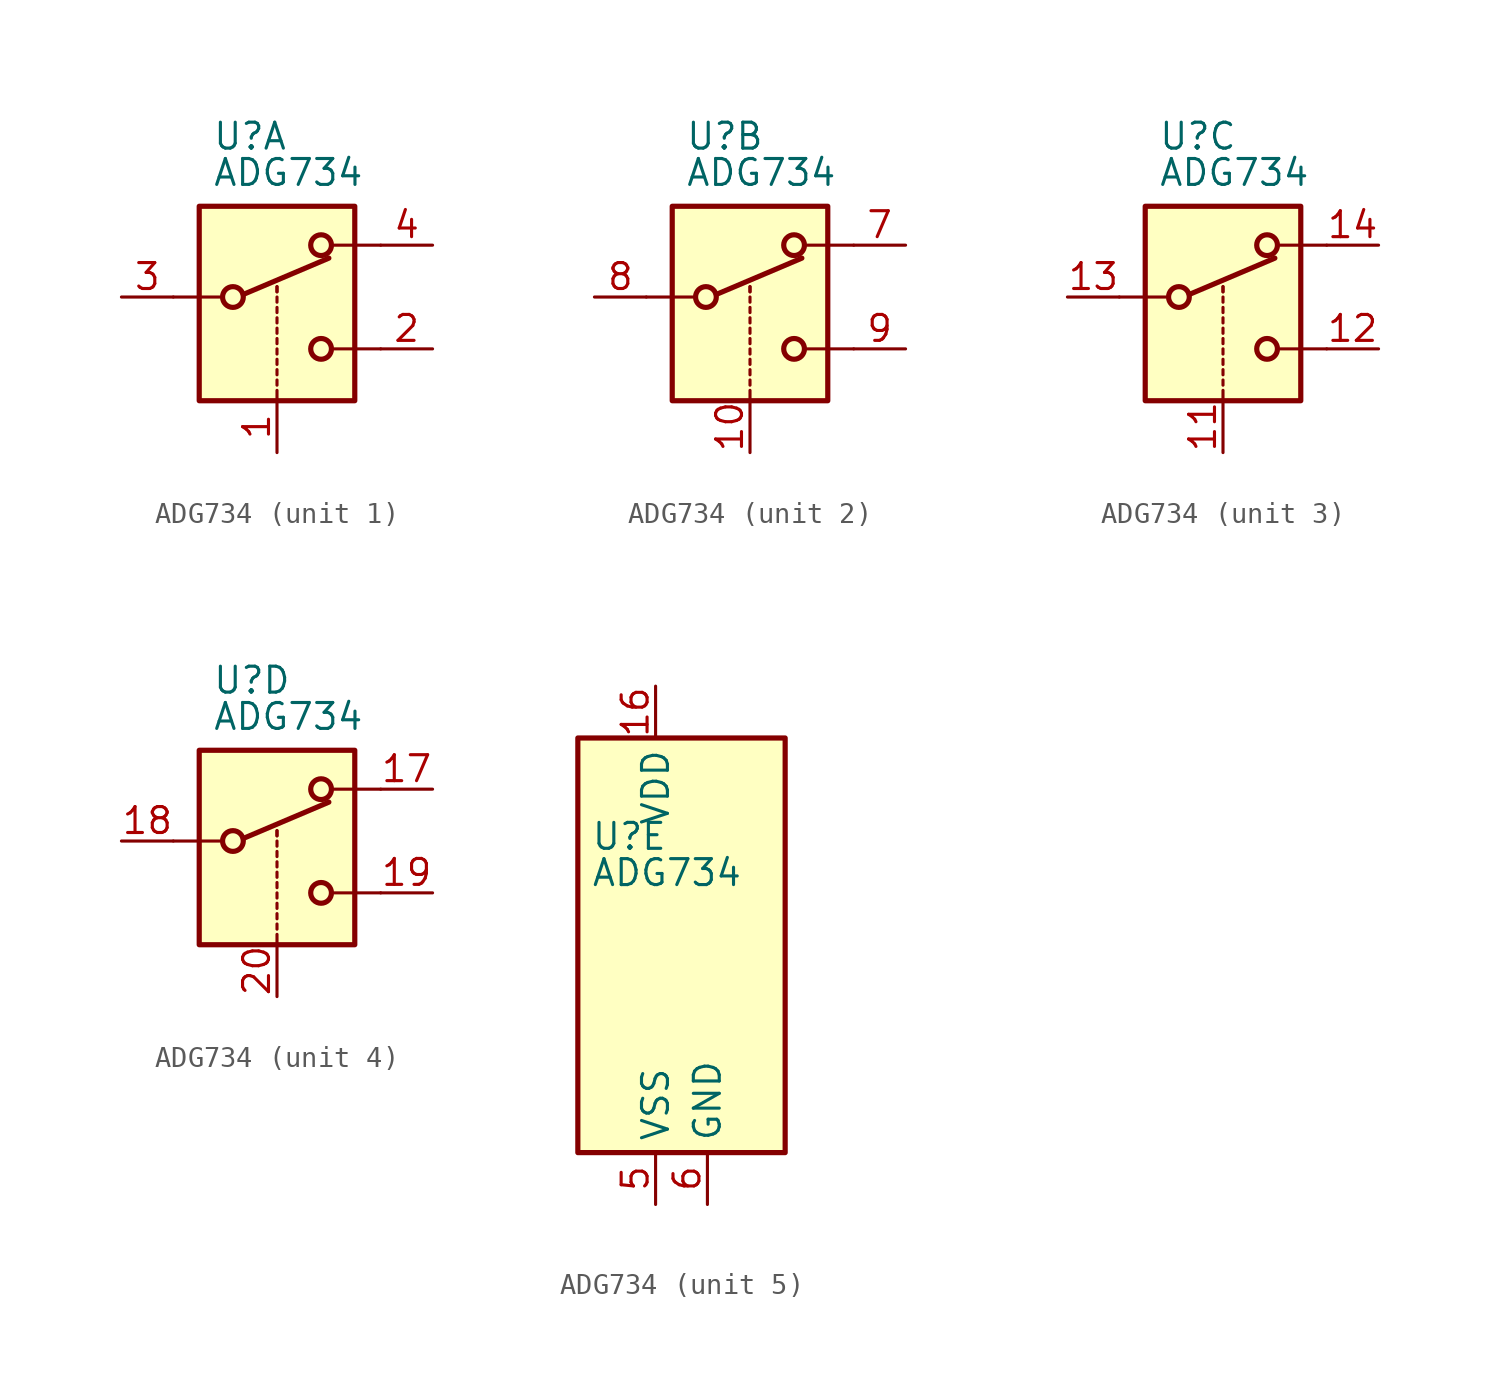
<source format=kicad_sym>
(kicad_symbol_lib
  (version 20211014)
  (generator kicad_symbol_editor)
  (symbol "ADG734"
    (property "Reference" "U"
      (at -3.175 5.334 0)
      (effects (font (size 1.27 1.27)) (justify left)))
    (property "Value" "ADG734"
      (at -3.175 3.556 0)
      (effects (font (size 1.27 1.27)) (justify left)))
    (symbol "ADG734_1_1"
      (rectangle (start -3.81 1.905) (end 3.81 -7.62) (stroke (width 0.254) (type default) (color 0 0 0 0)) (fill (type background)))
      (circle (center -2.159 -2.54) (radius 0.508) (stroke (width 0.254) (type default) (color 0 0 0 0)) (fill (type none)))
      (polyline (pts (xy -5.08 -2.54) (xy -2.794 -2.54)) (stroke (width 0) (type default) (color 0 0 0 0)) (fill (type none)))
      (polyline (pts (xy -1.651 -2.413) (xy 2.54 -0.635)) (stroke (width 0.254) (type default) (color 0 0 0 0)) (fill (type none)))
      (polyline (pts (xy 0 -7.62) (xy 0 -7.112)) (stroke (width 0) (type default) (color 0 0 0 0)) (fill (type none)))
      (polyline (pts (xy 0 -6.858) (xy 0 -6.604)) (stroke (width 0) (type default) (color 0 0 0 0)) (fill (type none)))
      (polyline (pts (xy 0 -6.35) (xy 0 -6.096)) (stroke (width 0) (type default) (color 0 0 0 0)) (fill (type none)))
      (polyline (pts (xy 0 -5.842) (xy 0 -5.588)) (stroke (width 0) (type default) (color 0 0 0 0)) (fill (type none)))
      (polyline (pts (xy 0 -5.334) (xy 0 -5.08)) (stroke (width 0) (type default) (color 0 0 0 0)) (fill (type none)))
      (polyline (pts (xy 0 -4.826) (xy 0 -4.572)) (stroke (width 0) (type default) (color 0 0 0 0)) (fill (type none)))
      (polyline (pts (xy 0 -4.318) (xy 0 -4.064)) (stroke (width 0) (type default) (color 0 0 0 0)) (fill (type none)))
      (polyline (pts (xy 0 -3.81) (xy 0 -3.556)) (stroke (width 0) (type default) (color 0 0 0 0)) (fill (type none)))
      (polyline (pts (xy 0 -3.302) (xy 0 -3.048)) (stroke (width 0) (type default) (color 0 0 0 0)) (fill (type none)))
      (polyline (pts (xy 0 -2.794) (xy 0 -2.54)) (stroke (width 0) (type default) (color 0 0 0 0)) (fill (type none)))
      (polyline (pts (xy 0 -2.286) (xy 0 -2.032)) (stroke (width 0) (type default) (color 0 0 0 0)) (fill (type none)))
      (polyline (pts (xy 0 -2.286) (xy 0 -2.032)) (stroke (width 0) (type default) (color 0 0 0 0)) (fill (type none)))
      (polyline (pts (xy 5.08 -5.08) (xy 2.794 -5.08)) (stroke (width 0) (type default) (color 0 0 0 0)) (fill (type none)))
      (polyline (pts (xy 5.08 0) (xy 2.794 0)) (stroke (width 0) (type default) (color 0 0 0 0)) (fill (type none)))
      (circle (center 2.159 -5.08) (radius 0.508) (stroke (width 0.254) (type default) (color 0 0 0 0)) (fill (type none)))
      (circle (center 2.159 0) (radius 0.508) (stroke (width 0.254) (type default) (color 0 0 0 0)) (fill (type none)))
      (pin input line (at 0 -10.16 90) (length 2.54) (name "~" (effects (font (size 1.27 1.27)))) (number "1" (effects (font (size 1.27 1.27)))))
      (pin passive line (at 7.62 -5.08 180) (length 2.54) (name "~" (effects (font (size 1.27 1.27)))) (number "2" (effects (font (size 1.27 1.27)))))
      (pin passive line (at -7.62 -2.54 0) (length 2.54) (name "~" (effects (font (size 1.27 1.27)))) (number "3" (effects (font (size 1.27 1.27)))))
      (pin passive line (at 7.62 0 180) (length 2.54) (name "~" (effects (font (size 1.27 1.27)))) (number "4" (effects (font (size 1.27 1.27))))))
    (symbol "ADG734_2_1"
      (rectangle (start -3.81 1.905) (end 3.81 -7.62) (stroke (width 0.254) (type default) (color 0 0 0 0)) (fill (type background)))
      (circle (center -2.159 -2.54) (radius 0.508) (stroke (width 0.254) (type default) (color 0 0 0 0)) (fill (type none)))
      (polyline (pts (xy -5.08 -2.54) (xy -2.794 -2.54)) (stroke (width 0) (type default) (color 0 0 0 0)) (fill (type none)))
      (polyline (pts (xy -1.651 -2.413) (xy 2.54 -0.635)) (stroke (width 0.254) (type default) (color 0 0 0 0)) (fill (type none)))
      (polyline (pts (xy 0 -7.62) (xy 0 -7.112)) (stroke (width 0) (type default) (color 0 0 0 0)) (fill (type none)))
      (polyline (pts (xy 0 -6.858) (xy 0 -6.604)) (stroke (width 0) (type default) (color 0 0 0 0)) (fill (type none)))
      (polyline (pts (xy 0 -6.35) (xy 0 -6.096)) (stroke (width 0) (type default) (color 0 0 0 0)) (fill (type none)))
      (polyline (pts (xy 0 -5.842) (xy 0 -5.588)) (stroke (width 0) (type default) (color 0 0 0 0)) (fill (type none)))
      (polyline (pts (xy 0 -5.334) (xy 0 -5.08)) (stroke (width 0) (type default) (color 0 0 0 0)) (fill (type none)))
      (polyline (pts (xy 0 -4.826) (xy 0 -4.572)) (stroke (width 0) (type default) (color 0 0 0 0)) (fill (type none)))
      (polyline (pts (xy 0 -4.318) (xy 0 -4.064)) (stroke (width 0) (type default) (color 0 0 0 0)) (fill (type none)))
      (polyline (pts (xy 0 -3.81) (xy 0 -3.556)) (stroke (width 0) (type default) (color 0 0 0 0)) (fill (type none)))
      (polyline (pts (xy 0 -3.302) (xy 0 -3.048)) (stroke (width 0) (type default) (color 0 0 0 0)) (fill (type none)))
      (polyline (pts (xy 0 -2.794) (xy 0 -2.54)) (stroke (width 0) (type default) (color 0 0 0 0)) (fill (type none)))
      (polyline (pts (xy 0 -2.286) (xy 0 -2.032)) (stroke (width 0) (type default) (color 0 0 0 0)) (fill (type none)))
      (polyline (pts (xy 0 -2.286) (xy 0 -2.032)) (stroke (width 0) (type default) (color 0 0 0 0)) (fill (type none)))
      (polyline (pts (xy 5.08 -5.08) (xy 2.794 -5.08)) (stroke (width 0) (type default) (color 0 0 0 0)) (fill (type none)))
      (polyline (pts (xy 5.08 0) (xy 2.794 0)) (stroke (width 0) (type default) (color 0 0 0 0)) (fill (type none)))
      (circle (center 2.159 -5.08) (radius 0.508) (stroke (width 0.254) (type default) (color 0 0 0 0)) (fill (type none)))
      (circle (center 2.159 0) (radius 0.508) (stroke (width 0.254) (type default) (color 0 0 0 0)) (fill (type none)))
      (pin input line (at 0 -10.16 90) (length 2.54) (name "~" (effects (font (size 1.27 1.27)))) (number "10" (effects (font (size 1.27 1.27)))))
      (pin passive line (at 7.62 0 180) (length 2.54) (name "~" (effects (font (size 1.27 1.27)))) (number "7" (effects (font (size 1.27 1.27)))))
      (pin passive line (at -7.62 -2.54 0) (length 2.54) (name "~" (effects (font (size 1.27 1.27)))) (number "8" (effects (font (size 1.27 1.27)))))
      (pin passive line (at 7.62 -5.08 180) (length 2.54) (name "~" (effects (font (size 1.27 1.27)))) (number "9" (effects (font (size 1.27 1.27))))))
    (symbol "ADG734_3_1"
      (rectangle (start -3.81 1.905) (end 3.81 -7.62) (stroke (width 0.254) (type default) (color 0 0 0 0)) (fill (type background)))
      (circle (center -2.159 -2.54) (radius 0.508) (stroke (width 0.254) (type default) (color 0 0 0 0)) (fill (type none)))
      (polyline (pts (xy -5.08 -2.54) (xy -2.794 -2.54)) (stroke (width 0) (type default) (color 0 0 0 0)) (fill (type none)))
      (polyline (pts (xy -1.651 -2.413) (xy 2.54 -0.635)) (stroke (width 0.254) (type default) (color 0 0 0 0)) (fill (type none)))
      (polyline (pts (xy 0 -7.62) (xy 0 -7.112)) (stroke (width 0) (type default) (color 0 0 0 0)) (fill (type none)))
      (polyline (pts (xy 0 -6.858) (xy 0 -6.604)) (stroke (width 0) (type default) (color 0 0 0 0)) (fill (type none)))
      (polyline (pts (xy 0 -6.35) (xy 0 -6.096)) (stroke (width 0) (type default) (color 0 0 0 0)) (fill (type none)))
      (polyline (pts (xy 0 -5.842) (xy 0 -5.588)) (stroke (width 0) (type default) (color 0 0 0 0)) (fill (type none)))
      (polyline (pts (xy 0 -5.334) (xy 0 -5.08)) (stroke (width 0) (type default) (color 0 0 0 0)) (fill (type none)))
      (polyline (pts (xy 0 -4.826) (xy 0 -4.572)) (stroke (width 0) (type default) (color 0 0 0 0)) (fill (type none)))
      (polyline (pts (xy 0 -4.318) (xy 0 -4.064)) (stroke (width 0) (type default) (color 0 0 0 0)) (fill (type none)))
      (polyline (pts (xy 0 -3.81) (xy 0 -3.556)) (stroke (width 0) (type default) (color 0 0 0 0)) (fill (type none)))
      (polyline (pts (xy 0 -3.302) (xy 0 -3.048)) (stroke (width 0) (type default) (color 0 0 0 0)) (fill (type none)))
      (polyline (pts (xy 0 -2.794) (xy 0 -2.54)) (stroke (width 0) (type default) (color 0 0 0 0)) (fill (type none)))
      (polyline (pts (xy 0 -2.286) (xy 0 -2.032)) (stroke (width 0) (type default) (color 0 0 0 0)) (fill (type none)))
      (polyline (pts (xy 0 -2.286) (xy 0 -2.032)) (stroke (width 0) (type default) (color 0 0 0 0)) (fill (type none)))
      (polyline (pts (xy 5.08 -5.08) (xy 2.794 -5.08)) (stroke (width 0) (type default) (color 0 0 0 0)) (fill (type none)))
      (polyline (pts (xy 5.08 0) (xy 2.794 0)) (stroke (width 0) (type default) (color 0 0 0 0)) (fill (type none)))
      (circle (center 2.159 -5.08) (radius 0.508) (stroke (width 0.254) (type default) (color 0 0 0 0)) (fill (type none)))
      (circle (center 2.159 0) (radius 0.508) (stroke (width 0.254) (type default) (color 0 0 0 0)) (fill (type none)))
      (pin input line (at 0 -10.16 90) (length 2.54) (name "~" (effects (font (size 1.27 1.27)))) (number "11" (effects (font (size 1.27 1.27)))))
      (pin passive line (at 7.62 -5.08 180) (length 2.54) (name "~" (effects (font (size 1.27 1.27)))) (number "12" (effects (font (size 1.27 1.27)))))
      (pin passive line (at -7.62 -2.54 0) (length 2.54) (name "~" (effects (font (size 1.27 1.27)))) (number "13" (effects (font (size 1.27 1.27)))))
      (pin passive line (at 7.62 0 180) (length 2.54) (name "~" (effects (font (size 1.27 1.27)))) (number "14" (effects (font (size 1.27 1.27))))))
    (symbol "ADG734_4_1"
      (rectangle (start -3.81 1.905) (end 3.81 -7.62) (stroke (width 0.254) (type default) (color 0 0 0 0)) (fill (type background)))
      (circle (center -2.159 -2.54) (radius 0.508) (stroke (width 0.254) (type default) (color 0 0 0 0)) (fill (type none)))
      (polyline (pts (xy -5.08 -2.54) (xy -2.794 -2.54)) (stroke (width 0) (type default) (color 0 0 0 0)) (fill (type none)))
      (polyline (pts (xy -1.651 -2.413) (xy 2.54 -0.635)) (stroke (width 0.254) (type default) (color 0 0 0 0)) (fill (type none)))
      (polyline (pts (xy 0 -7.62) (xy 0 -7.112)) (stroke (width 0) (type default) (color 0 0 0 0)) (fill (type none)))
      (polyline (pts (xy 0 -6.858) (xy 0 -6.604)) (stroke (width 0) (type default) (color 0 0 0 0)) (fill (type none)))
      (polyline (pts (xy 0 -6.35) (xy 0 -6.096)) (stroke (width 0) (type default) (color 0 0 0 0)) (fill (type none)))
      (polyline (pts (xy 0 -5.842) (xy 0 -5.588)) (stroke (width 0) (type default) (color 0 0 0 0)) (fill (type none)))
      (polyline (pts (xy 0 -5.334) (xy 0 -5.08)) (stroke (width 0) (type default) (color 0 0 0 0)) (fill (type none)))
      (polyline (pts (xy 0 -4.826) (xy 0 -4.572)) (stroke (width 0) (type default) (color 0 0 0 0)) (fill (type none)))
      (polyline (pts (xy 0 -4.318) (xy 0 -4.064)) (stroke (width 0) (type default) (color 0 0 0 0)) (fill (type none)))
      (polyline (pts (xy 0 -3.81) (xy 0 -3.556)) (stroke (width 0) (type default) (color 0 0 0 0)) (fill (type none)))
      (polyline (pts (xy 0 -3.302) (xy 0 -3.048)) (stroke (width 0) (type default) (color 0 0 0 0)) (fill (type none)))
      (polyline (pts (xy 0 -2.794) (xy 0 -2.54)) (stroke (width 0) (type default) (color 0 0 0 0)) (fill (type none)))
      (polyline (pts (xy 0 -2.286) (xy 0 -2.032)) (stroke (width 0) (type default) (color 0 0 0 0)) (fill (type none)))
      (polyline (pts (xy 0 -2.286) (xy 0 -2.032)) (stroke (width 0) (type default) (color 0 0 0 0)) (fill (type none)))
      (polyline (pts (xy 5.08 -5.08) (xy 2.794 -5.08)) (stroke (width 0) (type default) (color 0 0 0 0)) (fill (type none)))
      (polyline (pts (xy 5.08 0) (xy 2.794 0)) (stroke (width 0) (type default) (color 0 0 0 0)) (fill (type none)))
      (circle (center 2.159 -5.08) (radius 0.508) (stroke (width 0.254) (type default) (color 0 0 0 0)) (fill (type none)))
      (circle (center 2.159 0) (radius 0.508) (stroke (width 0.254) (type default) (color 0 0 0 0)) (fill (type none)))
      (pin passive line (at 7.62 0 180) (length 2.54) (name "~" (effects (font (size 1.27 1.27)))) (number "17" (effects (font (size 1.27 1.27)))))
      (pin passive line (at -7.62 -2.54 0) (length 2.54) (name "~" (effects (font (size 1.27 1.27)))) (number "18" (effects (font (size 1.27 1.27)))))
      (pin passive line (at 7.62 -5.08 180) (length 2.54) (name "~" (effects (font (size 1.27 1.27)))) (number "19" (effects (font (size 1.27 1.27)))))
      (pin input line (at 0 -10.16 90) (length 2.54) (name "~" (effects (font (size 1.27 1.27)))) (number "20" (effects (font (size 1.27 1.27))))))
    (symbol "ADG734_5_0"
      (pin no_connect line (at 2.54 10.16 270) (length 2.54) hide (name "NC" (effects (font (size 1.27 1.27)))) (number "15" (effects (font (size 1.27 1.27)))))
      (pin power_in line (at 0 12.7 270) (length 2.54) (name "VDD" (effects (font (size 1.27 1.27)))) (number "16" (effects (font (size 1.27 1.27)))))
      (pin power_in line (at 0 -12.7 90) (length 2.54) (name "VSS" (effects (font (size 1.27 1.27)))) (number "5" (effects (font (size 1.27 1.27)))))
      (pin power_in line (at 2.54 -12.7 90) (length 2.54) (name "GND" (effects (font (size 1.27 1.27)))) (number "6" (effects (font (size 1.27 1.27))))))
    (symbol "ADG734_5_1"
      (rectangle (start -3.81 10.16) (end 6.35 -10.16) (stroke (width 0.254) (type default) (color 0 0 0 0)) (fill (type background))))))
</source>
